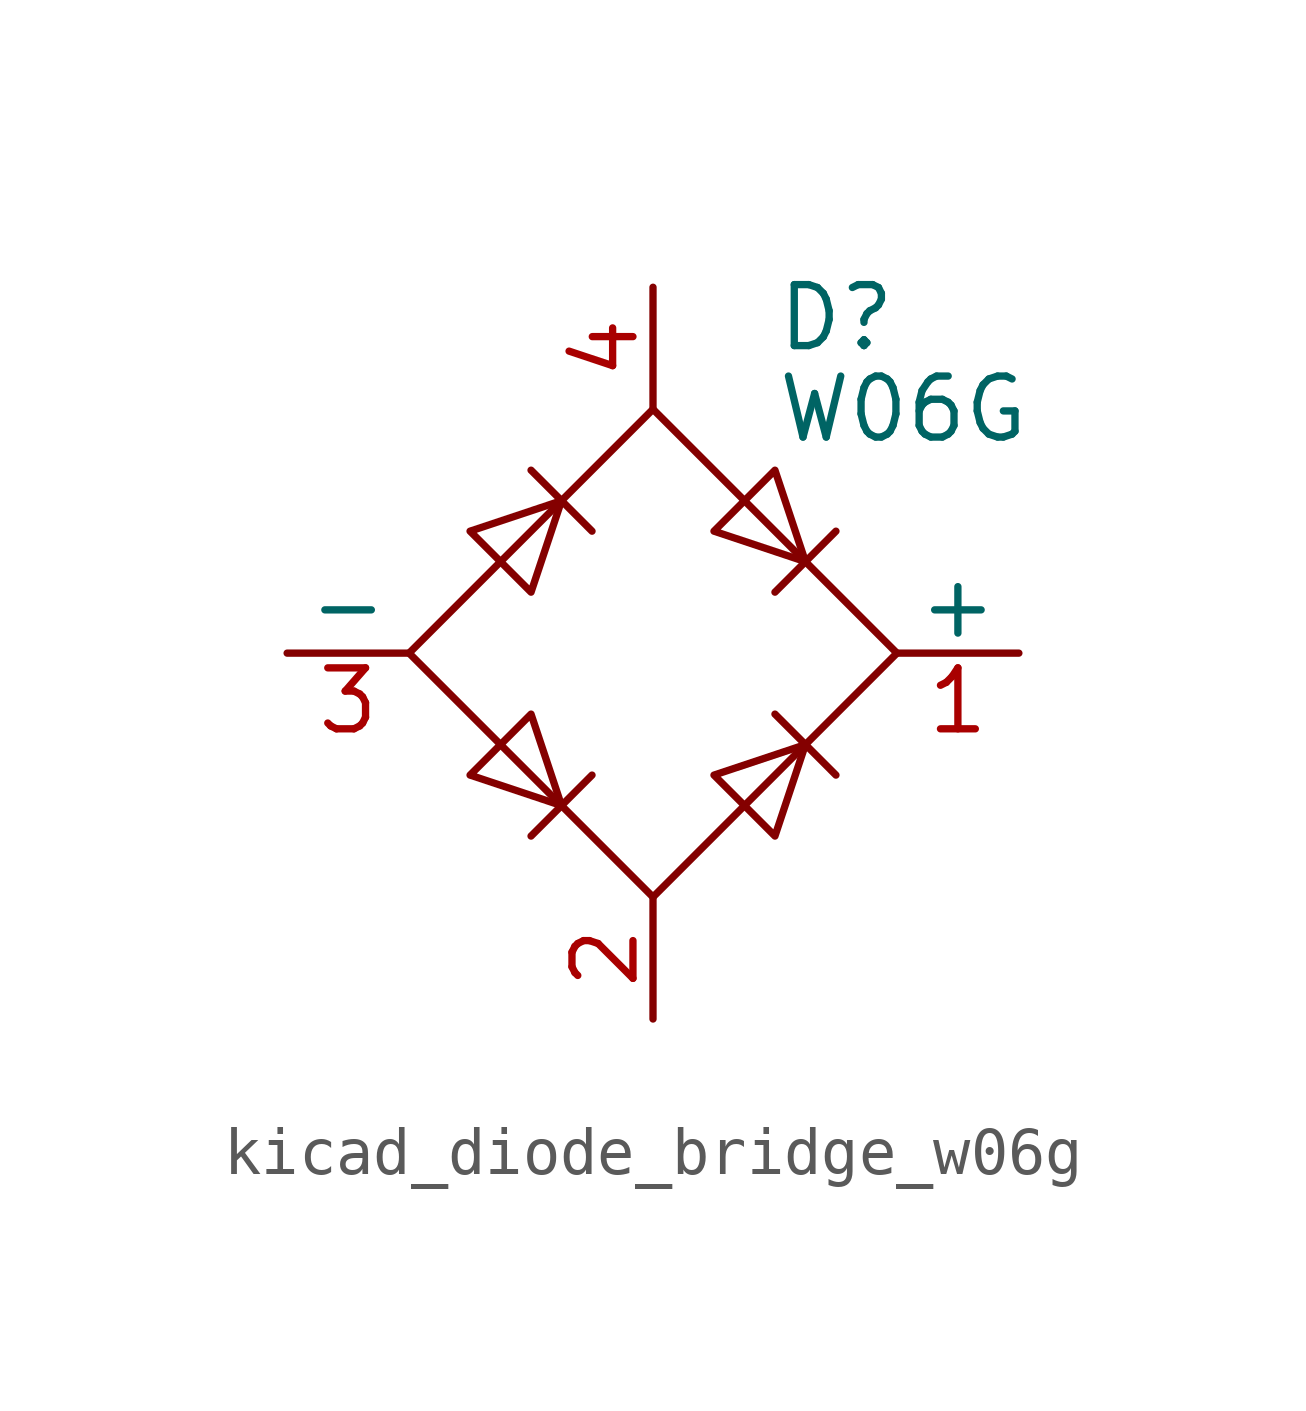
<source format=kicad_sym>
(kicad_symbol_lib
  (version 20220914)
  (generator kicad_symbol_editor)
  (symbol "kicad_diode_bridge_w06g"
    (pin_names
      (offset 0))
    (property "Reference" "D"
      (at 2.54 6.985 0)
      (effects (font (size 1.27 1.27)) (justify left)))
    (property "Value" "W06G"
      (at 2.54 5.08 0)
      (effects (font (size 1.27 1.27)) (justify left)))
    (symbol "kicad_diode_bridge_w06g_0_1"
      (polyline (pts (xy -2.54 3.81) (xy -1.27 2.54)) (stroke (width 0) (type default)) (fill (type none)))
      (polyline (pts (xy -1.27 -2.54) (xy -2.54 -3.81)) (stroke (width 0) (type default)) (fill (type none)))
      (polyline (pts (xy 2.54 -1.27) (xy 3.81 -2.54)) (stroke (width 0) (type default)) (fill (type none)))
      (polyline (pts (xy 2.54 1.27) (xy 3.81 2.54)) (stroke (width 0) (type default)) (fill (type none)))
      (polyline (pts (xy -3.81 2.54) (xy -2.54 1.27) (xy -1.905 3.175) (xy -3.81 2.54)) (stroke (width 0) (type default)) (fill (type none)))
      (polyline (pts (xy -2.54 -1.27) (xy -3.81 -2.54) (xy -1.905 -3.175) (xy -2.54 -1.27)) (stroke (width 0) (type default)) (fill (type none)))
      (polyline (pts (xy 1.27 2.54) (xy 2.54 3.81) (xy 3.175 1.905) (xy 1.27 2.54)) (stroke (width 0) (type default)) (fill (type none)))
      (polyline (pts (xy 3.175 -1.905) (xy 1.27 -2.54) (xy 2.54 -3.81) (xy 3.175 -1.905)) (stroke (width 0) (type default)) (fill (type none)))
      (polyline (pts (xy -5.08 0) (xy 0 -5.08) (xy 5.08 0) (xy 0 5.08) (xy -5.08 0)) (stroke (width 0) (type default)) (fill (type none))))
    (symbol "kicad_diode_bridge_w06g_1_1"
      (pin passive line (at 7.62 0 180) (length 2.54) (name "+" (effects (font (size 1.27 1.27)))) (number "1" (effects (font (size 1.27 1.27)))))
      (pin passive line (at 0 -7.62 90) (length 2.54) (name "~" (effects (font (size 1.27 1.27)))) (number "2" (effects (font (size 1.27 1.27)))))
      (pin passive line (at -7.62 0 0) (length 2.54) (name "-" (effects (font (size 1.27 1.27)))) (number "3" (effects (font (size 1.27 1.27)))))
      (pin passive line (at 0 7.62 270) (length 2.54) (name "~" (effects (font (size 1.27 1.27)))) (number "4" (effects (font (size 1.27 1.27))))))))
</source>
